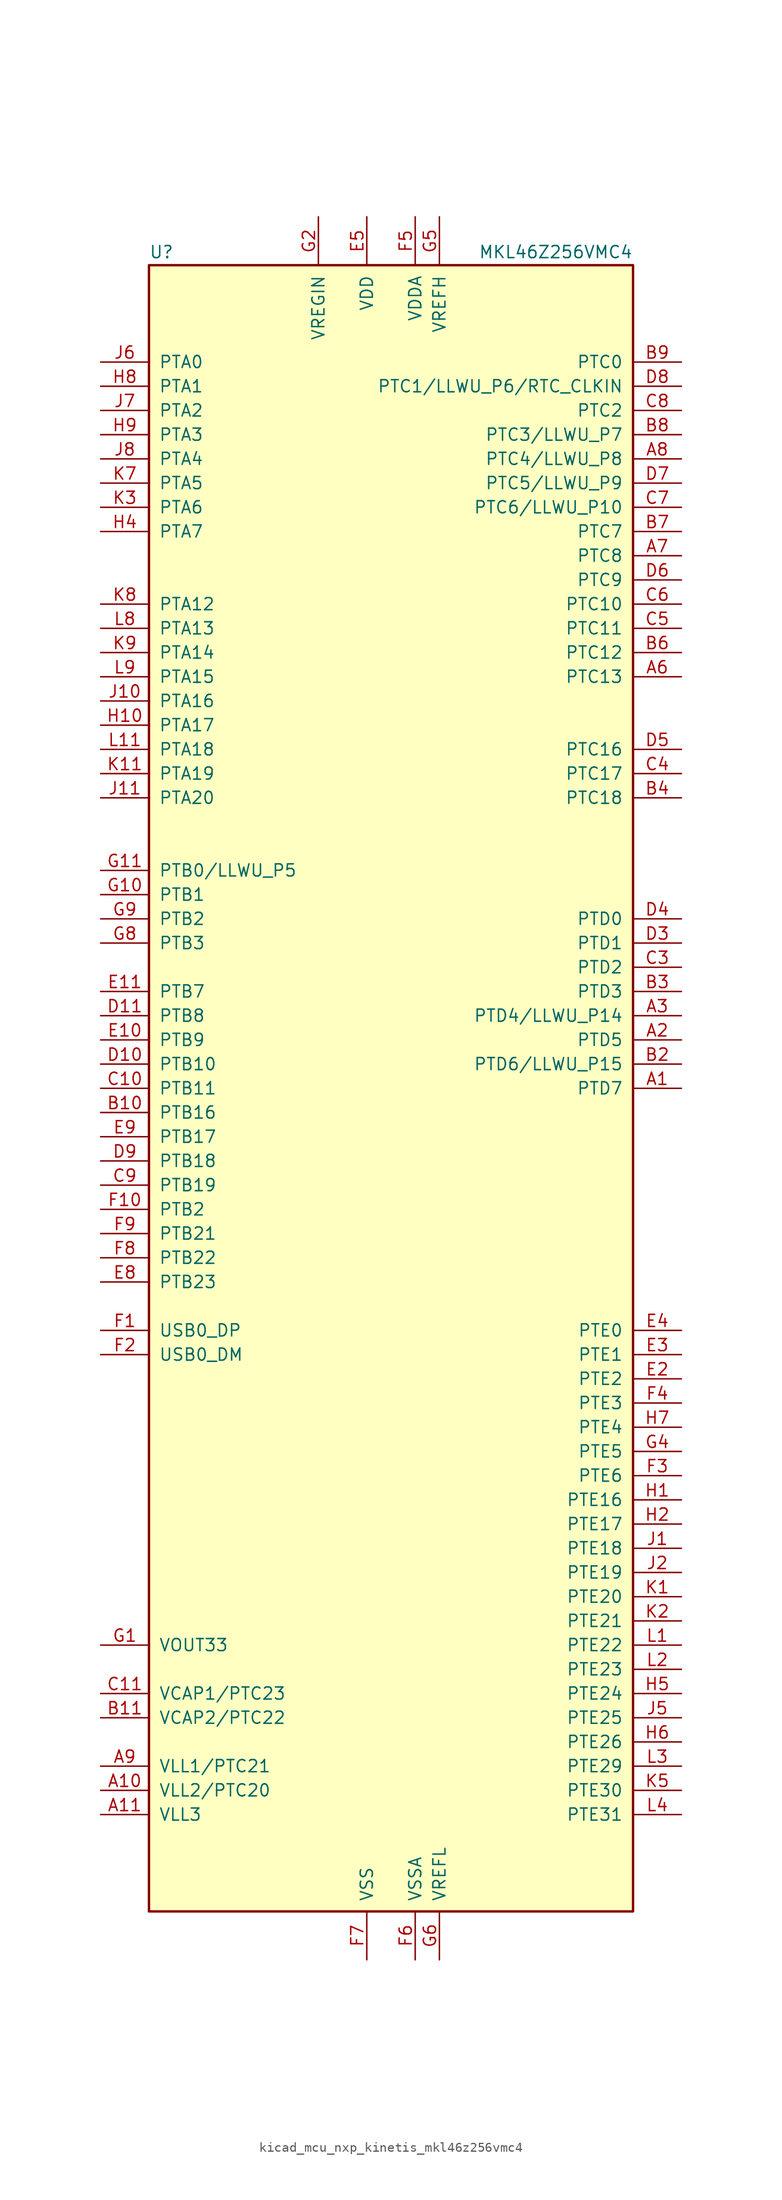
<source format=kicad_sym>
(kicad_symbol_lib
  (version 20220914)
  (generator kicad_symbol_editor)
  (symbol "kicad_mcu_nxp_kinetis_mkl46z256vmc4"
    (pin_names
      (offset 1.016))
    (property "Reference" "U"
      (at -25.4 86.995 0)
      (effects (font (size 1.27 1.27)) (justify left bottom)))
    (property "Value" "MKL46Z256VMC4"
      (at 25.4 86.995 0)
      (effects (font (size 1.27 1.27)) (justify right bottom)))
    (symbol "kicad_mcu_nxp_kinetis_mkl46z256vmc4_0_1"
      (rectangle (start -25.4 86.36) (end 25.4 -86.36) (stroke (width 0.254) (type default)) (fill (type background))))
    (symbol "kicad_mcu_nxp_kinetis_mkl46z256vmc4_1_1"
      (pin bidirectional line (at 30.48 0 180) (length 5.08) (name "PTD7" (effects (font (size 1.27 1.27)))) (number "A1" (effects (font (size 1.27 1.27)))))
      (pin power_out line (at -30.48 -73.66 0) (length 5.08) (name "VLL2/PTC20" (effects (font (size 1.27 1.27)))) (number "A10" (effects (font (size 1.27 1.27)))))
      (pin power_out line (at -30.48 -76.2 0) (length 5.08) (name "VLL3" (effects (font (size 1.27 1.27)))) (number "A11" (effects (font (size 1.27 1.27)))))
      (pin bidirectional line (at 30.48 5.08 180) (length 5.08) (name "PTD5" (effects (font (size 1.27 1.27)))) (number "A2" (effects (font (size 1.27 1.27)))))
      (pin bidirectional line (at 30.48 7.62 180) (length 5.08) (name "PTD4/LLWU_P14" (effects (font (size 1.27 1.27)))) (number "A3" (effects (font (size 1.27 1.27)))))
      (pin no_connect line (at 25.4 27.94 180) (length 5.08) hide (name "NC" (effects (font (size 1.27 1.27)))) (number "A4" (effects (font (size 1.27 1.27)))))
      (pin no_connect line (at 25.4 40.64 180) (length 5.08) hide (name "NC" (effects (font (size 1.27 1.27)))) (number "A5" (effects (font (size 1.27 1.27)))))
      (pin bidirectional line (at 30.48 43.18 180) (length 5.08) (name "PTC13" (effects (font (size 1.27 1.27)))) (number "A6" (effects (font (size 1.27 1.27)))))
      (pin bidirectional line (at 30.48 55.88 180) (length 5.08) (name "PTC8" (effects (font (size 1.27 1.27)))) (number "A7" (effects (font (size 1.27 1.27)))))
      (pin bidirectional line (at 30.48 66.04 180) (length 5.08) (name "PTC4/LLWU_P8" (effects (font (size 1.27 1.27)))) (number "A8" (effects (font (size 1.27 1.27)))))
      (pin power_out line (at -30.48 -71.12 0) (length 5.08) (name "VLL1/PTC21" (effects (font (size 1.27 1.27)))) (number "A9" (effects (font (size 1.27 1.27)))))
      (pin no_connect line (at 25.4 -7.62 180) (length 5.08) hide (name "NC" (effects (font (size 1.27 1.27)))) (number "B1" (effects (font (size 1.27 1.27)))))
      (pin bidirectional line (at -30.48 -2.54 0) (length 5.08) (name "PTB16" (effects (font (size 1.27 1.27)))) (number "B10" (effects (font (size 1.27 1.27)))))
      (pin passive line (at -30.48 -66.04 0) (length 5.08) (name "VCAP2/PTC22" (effects (font (size 1.27 1.27)))) (number "B11" (effects (font (size 1.27 1.27)))))
      (pin bidirectional line (at 30.48 2.54 180) (length 5.08) (name "PTD6/LLWU_P15" (effects (font (size 1.27 1.27)))) (number "B2" (effects (font (size 1.27 1.27)))))
      (pin bidirectional line (at 30.48 10.16 180) (length 5.08) (name "PTD3" (effects (font (size 1.27 1.27)))) (number "B3" (effects (font (size 1.27 1.27)))))
      (pin bidirectional line (at 30.48 30.48 180) (length 5.08) (name "PTC18" (effects (font (size 1.27 1.27)))) (number "B4" (effects (font (size 1.27 1.27)))))
      (pin no_connect line (at 25.4 38.1 180) (length 5.08) hide (name "NC" (effects (font (size 1.27 1.27)))) (number "B5" (effects (font (size 1.27 1.27)))))
      (pin bidirectional line (at 30.48 45.72 180) (length 5.08) (name "PTC12" (effects (font (size 1.27 1.27)))) (number "B6" (effects (font (size 1.27 1.27)))))
      (pin bidirectional line (at 30.48 58.42 180) (length 5.08) (name "PTC7" (effects (font (size 1.27 1.27)))) (number "B7" (effects (font (size 1.27 1.27)))))
      (pin bidirectional line (at 30.48 68.58 180) (length 5.08) (name "PTC3/LLWU_P7" (effects (font (size 1.27 1.27)))) (number "B8" (effects (font (size 1.27 1.27)))))
      (pin bidirectional line (at 30.48 76.2 180) (length 5.08) (name "PTC0" (effects (font (size 1.27 1.27)))) (number "B9" (effects (font (size 1.27 1.27)))))
      (pin no_connect line (at 25.4 -12.7 180) (length 5.08) hide (name "NC" (effects (font (size 1.27 1.27)))) (number "C1" (effects (font (size 1.27 1.27)))))
      (pin bidirectional line (at -30.48 0 0) (length 5.08) (name "PTB11" (effects (font (size 1.27 1.27)))) (number "C10" (effects (font (size 1.27 1.27)))))
      (pin passive line (at -30.48 -63.5 0) (length 5.08) (name "VCAP1/PTC23" (effects (font (size 1.27 1.27)))) (number "C11" (effects (font (size 1.27 1.27)))))
      (pin no_connect line (at 25.4 -10.16 180) (length 5.08) hide (name "NC" (effects (font (size 1.27 1.27)))) (number "C2" (effects (font (size 1.27 1.27)))))
      (pin bidirectional line (at 30.48 12.7 180) (length 5.08) (name "PTD2" (effects (font (size 1.27 1.27)))) (number "C3" (effects (font (size 1.27 1.27)))))
      (pin bidirectional line (at 30.48 33.02 180) (length 5.08) (name "PTC17" (effects (font (size 1.27 1.27)))) (number "C4" (effects (font (size 1.27 1.27)))))
      (pin bidirectional line (at 30.48 48.26 180) (length 5.08) (name "PTC11" (effects (font (size 1.27 1.27)))) (number "C5" (effects (font (size 1.27 1.27)))))
      (pin bidirectional line (at 30.48 50.8 180) (length 5.08) (name "PTC10" (effects (font (size 1.27 1.27)))) (number "C6" (effects (font (size 1.27 1.27)))))
      (pin bidirectional line (at 30.48 60.96 180) (length 5.08) (name "PTC6/LLWU_P10" (effects (font (size 1.27 1.27)))) (number "C7" (effects (font (size 1.27 1.27)))))
      (pin bidirectional line (at 30.48 71.12 180) (length 5.08) (name "PTC2" (effects (font (size 1.27 1.27)))) (number "C8" (effects (font (size 1.27 1.27)))))
      (pin bidirectional line (at -30.48 -10.16 0) (length 5.08) (name "PTB19" (effects (font (size 1.27 1.27)))) (number "C9" (effects (font (size 1.27 1.27)))))
      (pin no_connect line (at 25.4 -17.78 180) (length 5.08) hide (name "NC" (effects (font (size 1.27 1.27)))) (number "D1" (effects (font (size 1.27 1.27)))))
      (pin bidirectional line (at -30.48 2.54 0) (length 5.08) (name "PTB10" (effects (font (size 1.27 1.27)))) (number "D10" (effects (font (size 1.27 1.27)))))
      (pin bidirectional line (at -30.48 7.62 0) (length 5.08) (name "PTB8" (effects (font (size 1.27 1.27)))) (number "D11" (effects (font (size 1.27 1.27)))))
      (pin no_connect line (at 25.4 -15.24 180) (length 5.08) hide (name "NC" (effects (font (size 1.27 1.27)))) (number "D2" (effects (font (size 1.27 1.27)))))
      (pin bidirectional line (at 30.48 15.24 180) (length 5.08) (name "PTD1" (effects (font (size 1.27 1.27)))) (number "D3" (effects (font (size 1.27 1.27)))))
      (pin bidirectional line (at 30.48 17.78 180) (length 5.08) (name "PTD0" (effects (font (size 1.27 1.27)))) (number "D4" (effects (font (size 1.27 1.27)))))
      (pin bidirectional line (at 30.48 35.56 180) (length 5.08) (name "PTC16" (effects (font (size 1.27 1.27)))) (number "D5" (effects (font (size 1.27 1.27)))))
      (pin bidirectional line (at 30.48 53.34 180) (length 5.08) (name "PTC9" (effects (font (size 1.27 1.27)))) (number "D6" (effects (font (size 1.27 1.27)))))
      (pin bidirectional line (at 30.48 63.5 180) (length 5.08) (name "PTC5/LLWU_P9" (effects (font (size 1.27 1.27)))) (number "D7" (effects (font (size 1.27 1.27)))))
      (pin bidirectional line (at 30.48 73.66 180) (length 5.08) (name "PTC1/LLWU_P6/RTC_CLKIN" (effects (font (size 1.27 1.27)))) (number "D8" (effects (font (size 1.27 1.27)))))
      (pin bidirectional line (at -30.48 -7.62 0) (length 5.08) (name "PTB18" (effects (font (size 1.27 1.27)))) (number "D9" (effects (font (size 1.27 1.27)))))
      (pin no_connect line (at 25.4 -20.32 180) (length 5.08) hide (name "NC" (effects (font (size 1.27 1.27)))) (number "E1" (effects (font (size 1.27 1.27)))))
      (pin bidirectional line (at -30.48 5.08 0) (length 5.08) (name "PTB9" (effects (font (size 1.27 1.27)))) (number "E10" (effects (font (size 1.27 1.27)))))
      (pin bidirectional line (at -30.48 10.16 0) (length 5.08) (name "PTB7" (effects (font (size 1.27 1.27)))) (number "E11" (effects (font (size 1.27 1.27)))))
      (pin bidirectional line (at 30.48 -30.48 180) (length 5.08) (name "PTE2" (effects (font (size 1.27 1.27)))) (number "E2" (effects (font (size 1.27 1.27)))))
      (pin bidirectional line (at 30.48 -27.94 180) (length 5.08) (name "PTE1" (effects (font (size 1.27 1.27)))) (number "E3" (effects (font (size 1.27 1.27)))))
      (pin bidirectional line (at 30.48 -25.4 180) (length 5.08) (name "PTE0" (effects (font (size 1.27 1.27)))) (number "E4" (effects (font (size 1.27 1.27)))))
      (pin power_in line (at -2.54 91.44 270) (length 5.08) (name "VDD" (effects (font (size 1.27 1.27)))) (number "E5" (effects (font (size 1.27 1.27)))))
      (pin passive line (at -2.54 91.44 270) (length 5.08) hide (name "VDD" (effects (font (size 1.27 1.27)))) (number "E6" (effects (font (size 1.27 1.27)))))
      (pin passive line (at -2.54 91.44 270) (length 5.08) hide (name "VDD" (effects (font (size 1.27 1.27)))) (number "E7" (effects (font (size 1.27 1.27)))))
      (pin bidirectional line (at -30.48 -20.32 0) (length 5.08) (name "PTB23" (effects (font (size 1.27 1.27)))) (number "E8" (effects (font (size 1.27 1.27)))))
      (pin bidirectional line (at -30.48 -5.08 0) (length 5.08) (name "PTB17" (effects (font (size 1.27 1.27)))) (number "E9" (effects (font (size 1.27 1.27)))))
      (pin bidirectional line (at -30.48 -25.4 0) (length 5.08) (name "USB0_DP" (effects (font (size 1.27 1.27)))) (number "F1" (effects (font (size 1.27 1.27)))))
      (pin bidirectional line (at -30.48 -12.7 0) (length 5.08) (name "PTB2" (effects (font (size 1.27 1.27)))) (number "F10" (effects (font (size 1.27 1.27)))))
      (pin no_connect line (at -25.4 12.7 0) (length 5.08) hide (name "NC" (effects (font (size 1.27 1.27)))) (number "F11" (effects (font (size 1.27 1.27)))))
      (pin bidirectional line (at -30.48 -27.94 0) (length 5.08) (name "USB0_DM" (effects (font (size 1.27 1.27)))) (number "F2" (effects (font (size 1.27 1.27)))))
      (pin bidirectional line (at 30.48 -40.64 180) (length 5.08) (name "PTE6" (effects (font (size 1.27 1.27)))) (number "F3" (effects (font (size 1.27 1.27)))))
      (pin bidirectional line (at 30.48 -33.02 180) (length 5.08) (name "PTE3" (effects (font (size 1.27 1.27)))) (number "F4" (effects (font (size 1.27 1.27)))))
      (pin power_in line (at 2.54 91.44 270) (length 5.08) (name "VDDA" (effects (font (size 1.27 1.27)))) (number "F5" (effects (font (size 1.27 1.27)))))
      (pin power_in line (at 2.54 -91.44 90) (length 5.08) (name "VSSA" (effects (font (size 1.27 1.27)))) (number "F6" (effects (font (size 1.27 1.27)))))
      (pin power_in line (at -2.54 -91.44 90) (length 5.08) (name "VSS" (effects (font (size 1.27 1.27)))) (number "F7" (effects (font (size 1.27 1.27)))))
      (pin bidirectional line (at -30.48 -17.78 0) (length 5.08) (name "PTB22" (effects (font (size 1.27 1.27)))) (number "F8" (effects (font (size 1.27 1.27)))))
      (pin bidirectional line (at -30.48 -15.24 0) (length 5.08) (name "PTB21" (effects (font (size 1.27 1.27)))) (number "F9" (effects (font (size 1.27 1.27)))))
      (pin power_out line (at -30.48 -58.42 0) (length 5.08) (name "VOUT33" (effects (font (size 1.27 1.27)))) (number "G1" (effects (font (size 1.27 1.27)))))
      (pin bidirectional line (at -30.48 20.32 0) (length 5.08) (name "PTB1" (effects (font (size 1.27 1.27)))) (number "G10" (effects (font (size 1.27 1.27)))))
      (pin bidirectional line (at -30.48 22.86 0) (length 5.08) (name "PTB0/LLWU_P5" (effects (font (size 1.27 1.27)))) (number "G11" (effects (font (size 1.27 1.27)))))
      (pin power_in line (at -7.62 91.44 270) (length 5.08) (name "VREGIN" (effects (font (size 1.27 1.27)))) (number "G2" (effects (font (size 1.27 1.27)))))
      (pin passive line (at -2.54 -91.44 90) (length 5.08) hide (name "VSS" (effects (font (size 1.27 1.27)))) (number "G3" (effects (font (size 1.27 1.27)))))
      (pin bidirectional line (at 30.48 -38.1 180) (length 5.08) (name "PTE5" (effects (font (size 1.27 1.27)))) (number "G4" (effects (font (size 1.27 1.27)))))
      (pin power_in line (at 5.08 91.44 270) (length 5.08) (name "VREFH" (effects (font (size 1.27 1.27)))) (number "G5" (effects (font (size 1.27 1.27)))))
      (pin power_in line (at 5.08 -91.44 90) (length 5.08) (name "VREFL" (effects (font (size 1.27 1.27)))) (number "G6" (effects (font (size 1.27 1.27)))))
      (pin passive line (at -2.54 -91.44 90) (length 5.08) hide (name "VSS" (effects (font (size 1.27 1.27)))) (number "G7" (effects (font (size 1.27 1.27)))))
      (pin bidirectional line (at -30.48 15.24 0) (length 5.08) (name "PTB3" (effects (font (size 1.27 1.27)))) (number "G8" (effects (font (size 1.27 1.27)))))
      (pin bidirectional line (at -30.48 17.78 0) (length 5.08) (name "PTB2" (effects (font (size 1.27 1.27)))) (number "G9" (effects (font (size 1.27 1.27)))))
      (pin bidirectional line (at 30.48 -43.18 180) (length 5.08) (name "PTE16" (effects (font (size 1.27 1.27)))) (number "H1" (effects (font (size 1.27 1.27)))))
      (pin bidirectional line (at -30.48 38.1 0) (length 5.08) (name "PTA17" (effects (font (size 1.27 1.27)))) (number "H10" (effects (font (size 1.27 1.27)))))
      (pin no_connect line (at -25.4 27.94 0) (length 5.08) hide (name "NC" (effects (font (size 1.27 1.27)))) (number "H11" (effects (font (size 1.27 1.27)))))
      (pin bidirectional line (at 30.48 -45.72 180) (length 5.08) (name "PTE17" (effects (font (size 1.27 1.27)))) (number "H2" (effects (font (size 1.27 1.27)))))
      (pin no_connect line (at -25.4 -45.72 0) (length 5.08) hide (name "NC" (effects (font (size 1.27 1.27)))) (number "H3" (effects (font (size 1.27 1.27)))))
      (pin bidirectional line (at -30.48 58.42 0) (length 5.08) (name "PTA7" (effects (font (size 1.27 1.27)))) (number "H4" (effects (font (size 1.27 1.27)))))
      (pin bidirectional line (at 30.48 -63.5 180) (length 5.08) (name "PTE24" (effects (font (size 1.27 1.27)))) (number "H5" (effects (font (size 1.27 1.27)))))
      (pin bidirectional line (at 30.48 -68.58 180) (length 5.08) (name "PTE26" (effects (font (size 1.27 1.27)))) (number "H6" (effects (font (size 1.27 1.27)))))
      (pin bidirectional line (at 30.48 -35.56 180) (length 5.08) (name "PTE4" (effects (font (size 1.27 1.27)))) (number "H7" (effects (font (size 1.27 1.27)))))
      (pin bidirectional line (at -30.48 73.66 0) (length 5.08) (name "PTA1" (effects (font (size 1.27 1.27)))) (number "H8" (effects (font (size 1.27 1.27)))))
      (pin bidirectional line (at -30.48 68.58 0) (length 5.08) (name "PTA3" (effects (font (size 1.27 1.27)))) (number "H9" (effects (font (size 1.27 1.27)))))
      (pin bidirectional line (at 30.48 -48.26 180) (length 5.08) (name "PTE18" (effects (font (size 1.27 1.27)))) (number "J1" (effects (font (size 1.27 1.27)))))
      (pin bidirectional line (at -30.48 40.64 0) (length 5.08) (name "PTA16" (effects (font (size 1.27 1.27)))) (number "J10" (effects (font (size 1.27 1.27)))))
      (pin bidirectional line (at -30.48 30.48 0) (length 5.08) (name "PTA20" (effects (font (size 1.27 1.27)))) (number "J11" (effects (font (size 1.27 1.27)))))
      (pin bidirectional line (at 30.48 -50.8 180) (length 5.08) (name "PTE19" (effects (font (size 1.27 1.27)))) (number "J2" (effects (font (size 1.27 1.27)))))
      (pin no_connect line (at -25.4 -48.26 0) (length 5.08) hide (name "NC" (effects (font (size 1.27 1.27)))) (number "J3" (effects (font (size 1.27 1.27)))))
      (pin no_connect line (at -25.4 53.34 0) (length 5.08) hide (name "NC" (effects (font (size 1.27 1.27)))) (number "J4" (effects (font (size 1.27 1.27)))))
      (pin bidirectional line (at 30.48 -66.04 180) (length 5.08) (name "PTE25" (effects (font (size 1.27 1.27)))) (number "J5" (effects (font (size 1.27 1.27)))))
      (pin bidirectional line (at -30.48 76.2 0) (length 5.08) (name "PTA0" (effects (font (size 1.27 1.27)))) (number "J6" (effects (font (size 1.27 1.27)))))
      (pin bidirectional line (at -30.48 71.12 0) (length 5.08) (name "PTA2" (effects (font (size 1.27 1.27)))) (number "J7" (effects (font (size 1.27 1.27)))))
      (pin bidirectional line (at -30.48 66.04 0) (length 5.08) (name "PTA4" (effects (font (size 1.27 1.27)))) (number "J8" (effects (font (size 1.27 1.27)))))
      (pin no_connect line (at -25.4 55.88 0) (length 5.08) hide (name "NC" (effects (font (size 1.27 1.27)))) (number "J9" (effects (font (size 1.27 1.27)))))
      (pin bidirectional line (at 30.48 -53.34 180) (length 5.08) (name "PTE20" (effects (font (size 1.27 1.27)))) (number "K1" (effects (font (size 1.27 1.27)))))
      (pin passive line (at -2.54 -91.44 90) (length 5.08) hide (name "VSS" (effects (font (size 1.27 1.27)))) (number "K10" (effects (font (size 1.27 1.27)))))
      (pin bidirectional line (at -30.48 33.02 0) (length 5.08) (name "PTA19" (effects (font (size 1.27 1.27)))) (number "K11" (effects (font (size 1.27 1.27)))))
      (pin bidirectional line (at 30.48 -55.88 180) (length 5.08) (name "PTE21" (effects (font (size 1.27 1.27)))) (number "K2" (effects (font (size 1.27 1.27)))))
      (pin bidirectional line (at -30.48 60.96 0) (length 5.08) (name "PTA6" (effects (font (size 1.27 1.27)))) (number "K3" (effects (font (size 1.27 1.27)))))
      (pin no_connect line (at -25.4 -50.8 0) (length 5.08) hide (name "NC" (effects (font (size 1.27 1.27)))) (number "K4" (effects (font (size 1.27 1.27)))))
      (pin bidirectional line (at 30.48 -73.66 180) (length 5.08) (name "PTE30" (effects (font (size 1.27 1.27)))) (number "K5" (effects (font (size 1.27 1.27)))))
      (pin passive line (at -2.54 91.44 270) (length 5.08) hide (name "VDD" (effects (font (size 1.27 1.27)))) (number "K6" (effects (font (size 1.27 1.27)))))
      (pin bidirectional line (at -30.48 63.5 0) (length 5.08) (name "PTA5" (effects (font (size 1.27 1.27)))) (number "K7" (effects (font (size 1.27 1.27)))))
      (pin bidirectional line (at -30.48 50.8 0) (length 5.08) (name "PTA12" (effects (font (size 1.27 1.27)))) (number "K8" (effects (font (size 1.27 1.27)))))
      (pin bidirectional line (at -30.48 45.72 0) (length 5.08) (name "PTA14" (effects (font (size 1.27 1.27)))) (number "K9" (effects (font (size 1.27 1.27)))))
      (pin bidirectional line (at 30.48 -58.42 180) (length 5.08) (name "PTE22" (effects (font (size 1.27 1.27)))) (number "L1" (effects (font (size 1.27 1.27)))))
      (pin passive line (at -2.54 91.44 270) (length 5.08) hide (name "VDD" (effects (font (size 1.27 1.27)))) (number "L10" (effects (font (size 1.27 1.27)))))
      (pin bidirectional line (at -30.48 35.56 0) (length 5.08) (name "PTA18" (effects (font (size 1.27 1.27)))) (number "L11" (effects (font (size 1.27 1.27)))))
      (pin bidirectional line (at 30.48 -60.96 180) (length 5.08) (name "PTE23" (effects (font (size 1.27 1.27)))) (number "L2" (effects (font (size 1.27 1.27)))))
      (pin bidirectional line (at 30.48 -71.12 180) (length 5.08) (name "PTE29" (effects (font (size 1.27 1.27)))) (number "L3" (effects (font (size 1.27 1.27)))))
      (pin bidirectional line (at 30.48 -76.2 180) (length 5.08) (name "PTE31" (effects (font (size 1.27 1.27)))) (number "L4" (effects (font (size 1.27 1.27)))))
      (pin passive line (at -2.54 -91.44 90) (length 5.08) hide (name "VSS" (effects (font (size 1.27 1.27)))) (number "L5" (effects (font (size 1.27 1.27)))))
      (pin passive line (at -2.54 -91.44 90) (length 5.08) hide (name "VSS" (effects (font (size 1.27 1.27)))) (number "L6" (effects (font (size 1.27 1.27)))))
      (pin no_connect line (at -25.4 -53.34 0) (length 5.08) hide (name "NC" (effects (font (size 1.27 1.27)))) (number "L7" (effects (font (size 1.27 1.27)))))
      (pin bidirectional line (at -30.48 48.26 0) (length 5.08) (name "PTA13" (effects (font (size 1.27 1.27)))) (number "L8" (effects (font (size 1.27 1.27)))))
      (pin bidirectional line (at -30.48 43.18 0) (length 5.08) (name "PTA15" (effects (font (size 1.27 1.27)))) (number "L9" (effects (font (size 1.27 1.27))))))))
</source>
